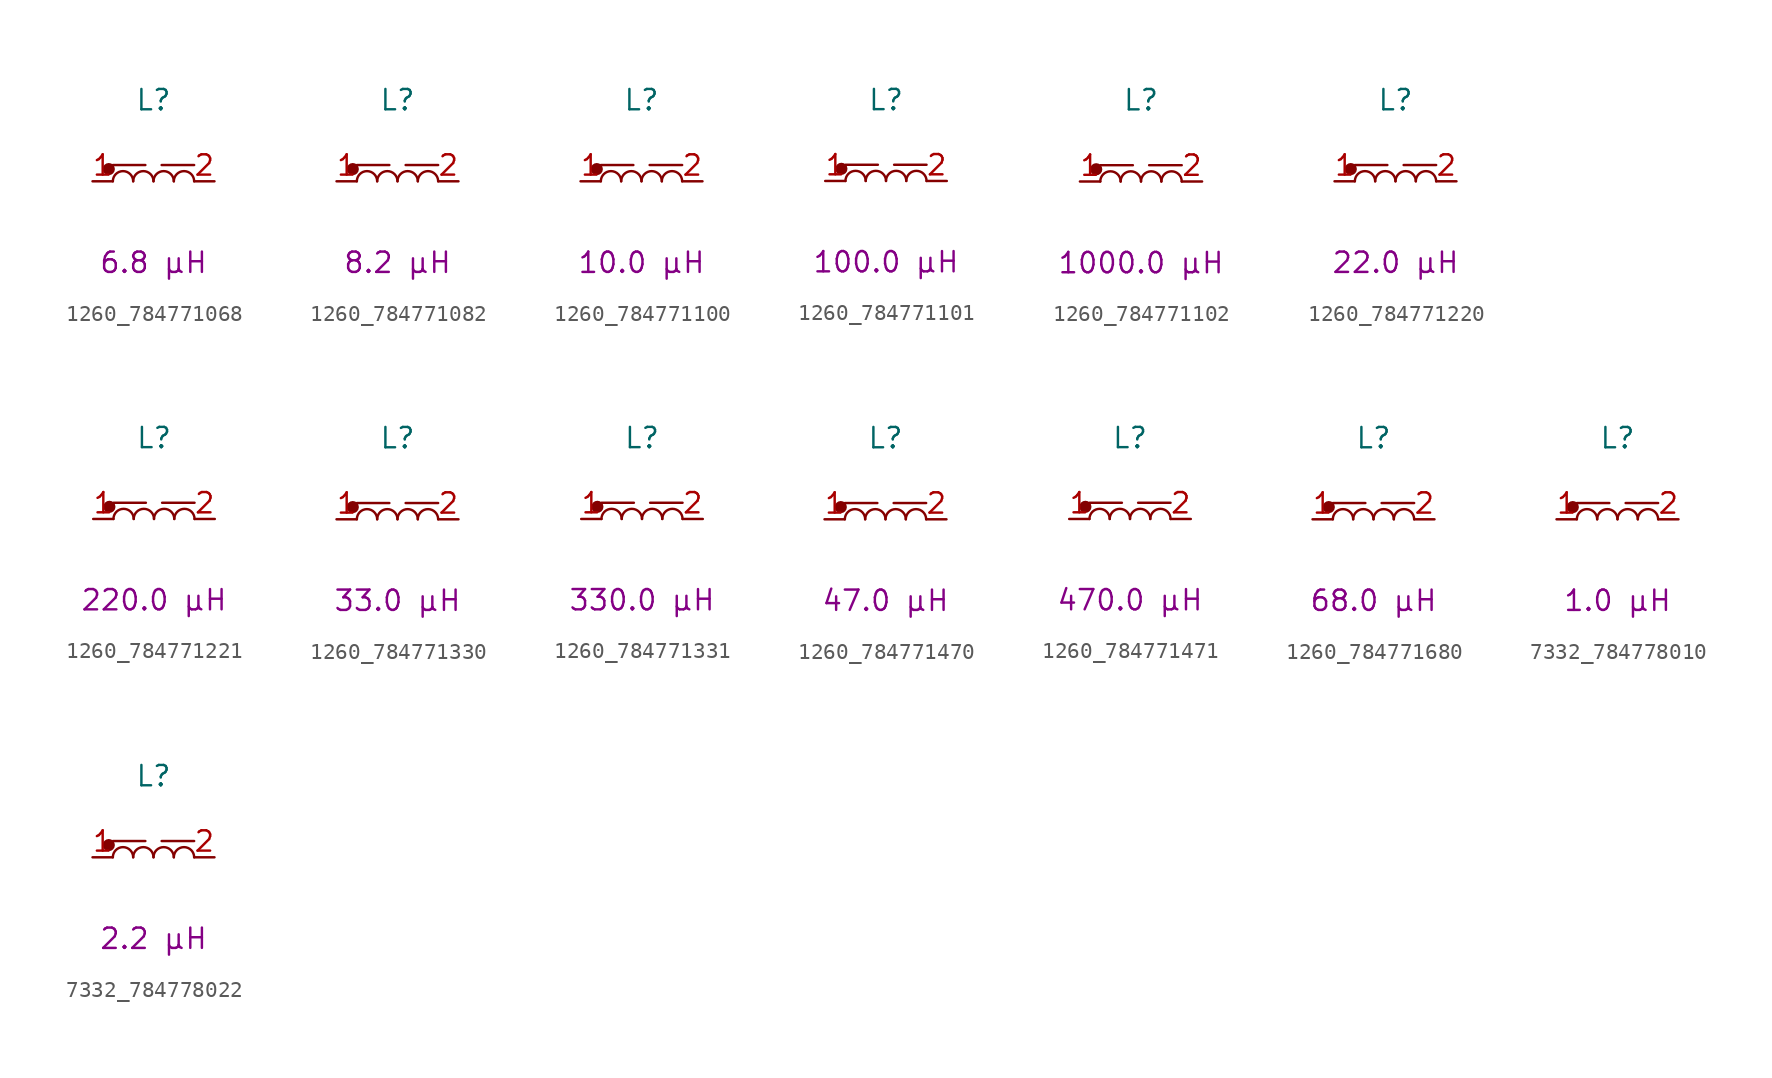
<source format=kicad_sym>
(kicad_symbol_lib
  (version 20220914)
  (generator kicad_symbol_editor)
  (symbol "1260_784771068"
    (pin_names hide)
    (property "Reference" "L"
      (at 0 5.08 0)
      (effects (font (size 1.27 1.27))))
    (property "Critical Parameter" "6.8 µH"
      (at 0 -5.08 0)
      (effects (font (size 1.27 1.27))))
    (symbol "1260_784771068_0_1"
      (arc (start -1.27 0) (mid -1.905 0.6323) (end -2.54 0) (stroke (width 0) (type default)) (fill (type none)))
      (arc (start 0 0) (mid -0.635 0.6323) (end -1.27 0) (stroke (width 0) (type default)) (fill (type none)))
      (polyline (pts (xy -2.54 1.016) (xy -0.508 1.016)) (stroke (width 0) (type default)) (fill (type none)))
      (arc (start 1.27 0) (mid 0.635 0.6323) (end 0 0) (stroke (width 0) (type default)) (fill (type none)))
      (arc (start 2.54 0) (mid 1.905 0.6323) (end 1.27 0) (stroke (width 0) (type default)) (fill (type none))))
    (symbol "1260_784771068_1_1"
      (circle (center -2.794 0.762) (radius 0.0001) (stroke (width 0.381) (type default)) (fill (type none)))
      (polyline (pts (xy 2.54 1.016) (xy 0.508 1.016)) (stroke (width 0) (type default)) (fill (type none)))
      (pin passive line (at -3.81 0 0) (length 1.27) (name "1" (effects (font (size 1.27 1.27)))) (number "1" (effects (font (size 1.27 1.27)))))
      (pin passive line (at 3.81 0 180) (length 1.27) (name "2" (effects (font (size 1.27 1.27)))) (number "2" (effects (font (size 1.27 1.27)))))))
  (symbol "1260_784771082"
    (pin_names hide)
    (property "Reference" "L"
      (at 0 5.08 0)
      (effects (font (size 1.27 1.27))))
    (property "Critical Parameter" "8.2 µH"
      (at 0 -5.08 0)
      (effects (font (size 1.27 1.27))))
    (symbol "1260_784771082_0_1"
      (arc (start -1.27 0) (mid -1.905 0.6323) (end -2.54 0) (stroke (width 0) (type default)) (fill (type none)))
      (arc (start 0 0) (mid -0.635 0.6323) (end -1.27 0) (stroke (width 0) (type default)) (fill (type none)))
      (polyline (pts (xy -2.54 1.016) (xy -0.508 1.016)) (stroke (width 0) (type default)) (fill (type none)))
      (arc (start 1.27 0) (mid 0.635 0.6323) (end 0 0) (stroke (width 0) (type default)) (fill (type none)))
      (arc (start 2.54 0) (mid 1.905 0.6323) (end 1.27 0) (stroke (width 0) (type default)) (fill (type none))))
    (symbol "1260_784771082_1_1"
      (circle (center -2.794 0.762) (radius 0.0001) (stroke (width 0.381) (type default)) (fill (type none)))
      (polyline (pts (xy 2.54 1.016) (xy 0.508 1.016)) (stroke (width 0) (type default)) (fill (type none)))
      (pin passive line (at -3.81 0 0) (length 1.27) (name "1" (effects (font (size 1.27 1.27)))) (number "1" (effects (font (size 1.27 1.27)))))
      (pin passive line (at 3.81 0 180) (length 1.27) (name "2" (effects (font (size 1.27 1.27)))) (number "2" (effects (font (size 1.27 1.27)))))))
  (symbol "1260_784771100"
    (pin_names hide)
    (property "Reference" "L"
      (at 0 5.08 0)
      (effects (font (size 1.27 1.27))))
    (property "Critical Parameter" "10.0 µH"
      (at 0 -5.08 0)
      (effects (font (size 1.27 1.27))))
    (symbol "1260_784771100_0_1"
      (arc (start -1.27 0) (mid -1.905 0.6323) (end -2.54 0) (stroke (width 0) (type default)) (fill (type none)))
      (arc (start 0 0) (mid -0.635 0.6323) (end -1.27 0) (stroke (width 0) (type default)) (fill (type none)))
      (polyline (pts (xy -2.54 1.016) (xy -0.508 1.016)) (stroke (width 0) (type default)) (fill (type none)))
      (arc (start 1.27 0) (mid 0.635 0.6323) (end 0 0) (stroke (width 0) (type default)) (fill (type none)))
      (arc (start 2.54 0) (mid 1.905 0.6323) (end 1.27 0) (stroke (width 0) (type default)) (fill (type none))))
    (symbol "1260_784771100_1_1"
      (circle (center -2.794 0.762) (radius 0.0001) (stroke (width 0.381) (type default)) (fill (type none)))
      (polyline (pts (xy 2.54 1.016) (xy 0.508 1.016)) (stroke (width 0) (type default)) (fill (type none)))
      (pin passive line (at -3.81 0 0) (length 1.27) (name "1" (effects (font (size 1.27 1.27)))) (number "1" (effects (font (size 1.27 1.27)))))
      (pin passive line (at 3.81 0 180) (length 1.27) (name "2" (effects (font (size 1.27 1.27)))) (number "2" (effects (font (size 1.27 1.27)))))))
  (symbol "1260_784771101"
    (pin_names hide)
    (property "Reference" "L"
      (at 0 5.08 0)
      (effects (font (size 1.27 1.27))))
    (property "Critical Parameter" "100.0 µH"
      (at 0 -5.08 0)
      (effects (font (size 1.27 1.27))))
    (symbol "1260_784771101_0_1"
      (arc (start -1.27 0) (mid -1.905 0.6323) (end -2.54 0) (stroke (width 0) (type default)) (fill (type none)))
      (arc (start 0 0) (mid -0.635 0.6323) (end -1.27 0) (stroke (width 0) (type default)) (fill (type none)))
      (polyline (pts (xy -2.54 1.016) (xy -0.508 1.016)) (stroke (width 0) (type default)) (fill (type none)))
      (arc (start 1.27 0) (mid 0.635 0.6323) (end 0 0) (stroke (width 0) (type default)) (fill (type none)))
      (arc (start 2.54 0) (mid 1.905 0.6323) (end 1.27 0) (stroke (width 0) (type default)) (fill (type none))))
    (symbol "1260_784771101_1_1"
      (circle (center -2.794 0.762) (radius 0.0001) (stroke (width 0.381) (type default)) (fill (type none)))
      (polyline (pts (xy 2.54 1.016) (xy 0.508 1.016)) (stroke (width 0) (type default)) (fill (type none)))
      (pin passive line (at -3.81 0 0) (length 1.27) (name "1" (effects (font (size 1.27 1.27)))) (number "1" (effects (font (size 1.27 1.27)))))
      (pin passive line (at 3.81 0 180) (length 1.27) (name "2" (effects (font (size 1.27 1.27)))) (number "2" (effects (font (size 1.27 1.27)))))))
  (symbol "1260_784771102"
    (pin_names hide)
    (property "Reference" "L"
      (at 0 5.08 0)
      (effects (font (size 1.27 1.27))))
    (property "Critical Parameter" "1000.0 µH"
      (at 0 -5.08 0)
      (effects (font (size 1.27 1.27))))
    (symbol "1260_784771102_0_1"
      (arc (start -1.27 0) (mid -1.905 0.6323) (end -2.54 0) (stroke (width 0) (type default)) (fill (type none)))
      (arc (start 0 0) (mid -0.635 0.6323) (end -1.27 0) (stroke (width 0) (type default)) (fill (type none)))
      (polyline (pts (xy -2.54 1.016) (xy -0.508 1.016)) (stroke (width 0) (type default)) (fill (type none)))
      (arc (start 1.27 0) (mid 0.635 0.6323) (end 0 0) (stroke (width 0) (type default)) (fill (type none)))
      (arc (start 2.54 0) (mid 1.905 0.6323) (end 1.27 0) (stroke (width 0) (type default)) (fill (type none))))
    (symbol "1260_784771102_1_1"
      (circle (center -2.794 0.762) (radius 0.0001) (stroke (width 0.381) (type default)) (fill (type none)))
      (polyline (pts (xy 2.54 1.016) (xy 0.508 1.016)) (stroke (width 0) (type default)) (fill (type none)))
      (pin passive line (at -3.81 0 0) (length 1.27) (name "1" (effects (font (size 1.27 1.27)))) (number "1" (effects (font (size 1.27 1.27)))))
      (pin passive line (at 3.81 0 180) (length 1.27) (name "2" (effects (font (size 1.27 1.27)))) (number "2" (effects (font (size 1.27 1.27)))))))
  (symbol "1260_784771220"
    (pin_names hide)
    (property "Reference" "L"
      (at 0 5.08 0)
      (effects (font (size 1.27 1.27))))
    (property "Critical Parameter" "22.0 µH"
      (at 0 -5.08 0)
      (effects (font (size 1.27 1.27))))
    (symbol "1260_784771220_0_1"
      (arc (start -1.27 0) (mid -1.905 0.6323) (end -2.54 0) (stroke (width 0) (type default)) (fill (type none)))
      (arc (start 0 0) (mid -0.635 0.6323) (end -1.27 0) (stroke (width 0) (type default)) (fill (type none)))
      (polyline (pts (xy -2.54 1.016) (xy -0.508 1.016)) (stroke (width 0) (type default)) (fill (type none)))
      (arc (start 1.27 0) (mid 0.635 0.6323) (end 0 0) (stroke (width 0) (type default)) (fill (type none)))
      (arc (start 2.54 0) (mid 1.905 0.6323) (end 1.27 0) (stroke (width 0) (type default)) (fill (type none))))
    (symbol "1260_784771220_1_1"
      (circle (center -2.794 0.762) (radius 0.0001) (stroke (width 0.381) (type default)) (fill (type none)))
      (polyline (pts (xy 2.54 1.016) (xy 0.508 1.016)) (stroke (width 0) (type default)) (fill (type none)))
      (pin passive line (at -3.81 0 0) (length 1.27) (name "1" (effects (font (size 1.27 1.27)))) (number "1" (effects (font (size 1.27 1.27)))))
      (pin passive line (at 3.81 0 180) (length 1.27) (name "2" (effects (font (size 1.27 1.27)))) (number "2" (effects (font (size 1.27 1.27)))))))
  (symbol "1260_784771221"
    (pin_names hide)
    (property "Reference" "L"
      (at 0 5.08 0)
      (effects (font (size 1.27 1.27))))
    (property "Critical Parameter" "220.0 µH"
      (at 0 -5.08 0)
      (effects (font (size 1.27 1.27))))
    (symbol "1260_784771221_0_1"
      (arc (start -1.27 0) (mid -1.905 0.6323) (end -2.54 0) (stroke (width 0) (type default)) (fill (type none)))
      (arc (start 0 0) (mid -0.635 0.6323) (end -1.27 0) (stroke (width 0) (type default)) (fill (type none)))
      (polyline (pts (xy -2.54 1.016) (xy -0.508 1.016)) (stroke (width 0) (type default)) (fill (type none)))
      (arc (start 1.27 0) (mid 0.635 0.6323) (end 0 0) (stroke (width 0) (type default)) (fill (type none)))
      (arc (start 2.54 0) (mid 1.905 0.6323) (end 1.27 0) (stroke (width 0) (type default)) (fill (type none))))
    (symbol "1260_784771221_1_1"
      (circle (center -2.794 0.762) (radius 0.0001) (stroke (width 0.381) (type default)) (fill (type none)))
      (polyline (pts (xy 2.54 1.016) (xy 0.508 1.016)) (stroke (width 0) (type default)) (fill (type none)))
      (pin passive line (at -3.81 0 0) (length 1.27) (name "1" (effects (font (size 1.27 1.27)))) (number "1" (effects (font (size 1.27 1.27)))))
      (pin passive line (at 3.81 0 180) (length 1.27) (name "2" (effects (font (size 1.27 1.27)))) (number "2" (effects (font (size 1.27 1.27)))))))
  (symbol "1260_784771330"
    (pin_names hide)
    (property "Reference" "L"
      (at 0 5.08 0)
      (effects (font (size 1.27 1.27))))
    (property "Critical Parameter" "33.0 µH"
      (at 0 -5.08 0)
      (effects (font (size 1.27 1.27))))
    (symbol "1260_784771330_0_1"
      (arc (start -1.27 0) (mid -1.905 0.6323) (end -2.54 0) (stroke (width 0) (type default)) (fill (type none)))
      (arc (start 0 0) (mid -0.635 0.6323) (end -1.27 0) (stroke (width 0) (type default)) (fill (type none)))
      (polyline (pts (xy -2.54 1.016) (xy -0.508 1.016)) (stroke (width 0) (type default)) (fill (type none)))
      (arc (start 1.27 0) (mid 0.635 0.6323) (end 0 0) (stroke (width 0) (type default)) (fill (type none)))
      (arc (start 2.54 0) (mid 1.905 0.6323) (end 1.27 0) (stroke (width 0) (type default)) (fill (type none))))
    (symbol "1260_784771330_1_1"
      (circle (center -2.794 0.762) (radius 0.0001) (stroke (width 0.381) (type default)) (fill (type none)))
      (polyline (pts (xy 2.54 1.016) (xy 0.508 1.016)) (stroke (width 0) (type default)) (fill (type none)))
      (pin passive line (at -3.81 0 0) (length 1.27) (name "1" (effects (font (size 1.27 1.27)))) (number "1" (effects (font (size 1.27 1.27)))))
      (pin passive line (at 3.81 0 180) (length 1.27) (name "2" (effects (font (size 1.27 1.27)))) (number "2" (effects (font (size 1.27 1.27)))))))
  (symbol "1260_784771331"
    (pin_names hide)
    (property "Reference" "L"
      (at 0 5.08 0)
      (effects (font (size 1.27 1.27))))
    (property "Critical Parameter" "330.0 µH"
      (at 0 -5.08 0)
      (effects (font (size 1.27 1.27))))
    (symbol "1260_784771331_0_1"
      (arc (start -1.27 0) (mid -1.905 0.6323) (end -2.54 0) (stroke (width 0) (type default)) (fill (type none)))
      (arc (start 0 0) (mid -0.635 0.6323) (end -1.27 0) (stroke (width 0) (type default)) (fill (type none)))
      (polyline (pts (xy -2.54 1.016) (xy -0.508 1.016)) (stroke (width 0) (type default)) (fill (type none)))
      (arc (start 1.27 0) (mid 0.635 0.6323) (end 0 0) (stroke (width 0) (type default)) (fill (type none)))
      (arc (start 2.54 0) (mid 1.905 0.6323) (end 1.27 0) (stroke (width 0) (type default)) (fill (type none))))
    (symbol "1260_784771331_1_1"
      (circle (center -2.794 0.762) (radius 0.0001) (stroke (width 0.381) (type default)) (fill (type none)))
      (polyline (pts (xy 2.54 1.016) (xy 0.508 1.016)) (stroke (width 0) (type default)) (fill (type none)))
      (pin passive line (at -3.81 0 0) (length 1.27) (name "1" (effects (font (size 1.27 1.27)))) (number "1" (effects (font (size 1.27 1.27)))))
      (pin passive line (at 3.81 0 180) (length 1.27) (name "2" (effects (font (size 1.27 1.27)))) (number "2" (effects (font (size 1.27 1.27)))))))
  (symbol "1260_784771470"
    (pin_names hide)
    (property "Reference" "L"
      (at 0 5.08 0)
      (effects (font (size 1.27 1.27))))
    (property "Critical Parameter" "47.0 µH"
      (at 0 -5.08 0)
      (effects (font (size 1.27 1.27))))
    (symbol "1260_784771470_0_1"
      (arc (start -1.27 0) (mid -1.905 0.6323) (end -2.54 0) (stroke (width 0) (type default)) (fill (type none)))
      (arc (start 0 0) (mid -0.635 0.6323) (end -1.27 0) (stroke (width 0) (type default)) (fill (type none)))
      (polyline (pts (xy -2.54 1.016) (xy -0.508 1.016)) (stroke (width 0) (type default)) (fill (type none)))
      (arc (start 1.27 0) (mid 0.635 0.6323) (end 0 0) (stroke (width 0) (type default)) (fill (type none)))
      (arc (start 2.54 0) (mid 1.905 0.6323) (end 1.27 0) (stroke (width 0) (type default)) (fill (type none))))
    (symbol "1260_784771470_1_1"
      (circle (center -2.794 0.762) (radius 0.0001) (stroke (width 0.381) (type default)) (fill (type none)))
      (polyline (pts (xy 2.54 1.016) (xy 0.508 1.016)) (stroke (width 0) (type default)) (fill (type none)))
      (pin passive line (at -3.81 0 0) (length 1.27) (name "1" (effects (font (size 1.27 1.27)))) (number "1" (effects (font (size 1.27 1.27)))))
      (pin passive line (at 3.81 0 180) (length 1.27) (name "2" (effects (font (size 1.27 1.27)))) (number "2" (effects (font (size 1.27 1.27)))))))
  (symbol "1260_784771471"
    (pin_names hide)
    (property "Reference" "L"
      (at 0 5.08 0)
      (effects (font (size 1.27 1.27))))
    (property "Critical Parameter" "470.0 µH"
      (at 0 -5.08 0)
      (effects (font (size 1.27 1.27))))
    (symbol "1260_784771471_0_1"
      (arc (start -1.27 0) (mid -1.905 0.6323) (end -2.54 0) (stroke (width 0) (type default)) (fill (type none)))
      (arc (start 0 0) (mid -0.635 0.6323) (end -1.27 0) (stroke (width 0) (type default)) (fill (type none)))
      (polyline (pts (xy -2.54 1.016) (xy -0.508 1.016)) (stroke (width 0) (type default)) (fill (type none)))
      (arc (start 1.27 0) (mid 0.635 0.6323) (end 0 0) (stroke (width 0) (type default)) (fill (type none)))
      (arc (start 2.54 0) (mid 1.905 0.6323) (end 1.27 0) (stroke (width 0) (type default)) (fill (type none))))
    (symbol "1260_784771471_1_1"
      (circle (center -2.794 0.762) (radius 0.0001) (stroke (width 0.381) (type default)) (fill (type none)))
      (polyline (pts (xy 2.54 1.016) (xy 0.508 1.016)) (stroke (width 0) (type default)) (fill (type none)))
      (pin passive line (at -3.81 0 0) (length 1.27) (name "1" (effects (font (size 1.27 1.27)))) (number "1" (effects (font (size 1.27 1.27)))))
      (pin passive line (at 3.81 0 180) (length 1.27) (name "2" (effects (font (size 1.27 1.27)))) (number "2" (effects (font (size 1.27 1.27)))))))
  (symbol "1260_784771680"
    (pin_names hide)
    (property "Reference" "L"
      (at 0 5.08 0)
      (effects (font (size 1.27 1.27))))
    (property "Critical Parameter" "68.0 µH"
      (at 0 -5.08 0)
      (effects (font (size 1.27 1.27))))
    (symbol "1260_784771680_0_1"
      (arc (start -1.27 0) (mid -1.905 0.6323) (end -2.54 0) (stroke (width 0) (type default)) (fill (type none)))
      (arc (start 0 0) (mid -0.635 0.6323) (end -1.27 0) (stroke (width 0) (type default)) (fill (type none)))
      (polyline (pts (xy -2.54 1.016) (xy -0.508 1.016)) (stroke (width 0) (type default)) (fill (type none)))
      (arc (start 1.27 0) (mid 0.635 0.6323) (end 0 0) (stroke (width 0) (type default)) (fill (type none)))
      (arc (start 2.54 0) (mid 1.905 0.6323) (end 1.27 0) (stroke (width 0) (type default)) (fill (type none))))
    (symbol "1260_784771680_1_1"
      (circle (center -2.794 0.762) (radius 0.0001) (stroke (width 0.381) (type default)) (fill (type none)))
      (polyline (pts (xy 2.54 1.016) (xy 0.508 1.016)) (stroke (width 0) (type default)) (fill (type none)))
      (pin passive line (at -3.81 0 0) (length 1.27) (name "1" (effects (font (size 1.27 1.27)))) (number "1" (effects (font (size 1.27 1.27)))))
      (pin passive line (at 3.81 0 180) (length 1.27) (name "2" (effects (font (size 1.27 1.27)))) (number "2" (effects (font (size 1.27 1.27)))))))
  (symbol "7332_784778010"
    (pin_names hide)
    (property "Reference" "L"
      (at 0 5.08 0)
      (effects (font (size 1.27 1.27))))
    (property "Critical Parameter" "1.0 µH"
      (at 0 -5.08 0)
      (effects (font (size 1.27 1.27))))
    (symbol "7332_784778010_0_1"
      (arc (start -1.27 0) (mid -1.905 0.6323) (end -2.54 0) (stroke (width 0) (type default)) (fill (type none)))
      (arc (start 0 0) (mid -0.635 0.6323) (end -1.27 0) (stroke (width 0) (type default)) (fill (type none)))
      (polyline (pts (xy -2.54 1.016) (xy -0.508 1.016)) (stroke (width 0) (type default)) (fill (type none)))
      (arc (start 1.27 0) (mid 0.635 0.6323) (end 0 0) (stroke (width 0) (type default)) (fill (type none)))
      (arc (start 2.54 0) (mid 1.905 0.6323) (end 1.27 0) (stroke (width 0) (type default)) (fill (type none))))
    (symbol "7332_784778010_1_1"
      (circle (center -2.794 0.762) (radius 0.0001) (stroke (width 0.381) (type default)) (fill (type none)))
      (polyline (pts (xy 2.54 1.016) (xy 0.508 1.016)) (stroke (width 0) (type default)) (fill (type none)))
      (pin passive line (at -3.81 0 0) (length 1.27) (name "1" (effects (font (size 1.27 1.27)))) (number "1" (effects (font (size 1.27 1.27)))))
      (pin passive line (at 3.81 0 180) (length 1.27) (name "2" (effects (font (size 1.27 1.27)))) (number "2" (effects (font (size 1.27 1.27)))))))
  (symbol "7332_784778022"
    (pin_names hide)
    (property "Reference" "L"
      (at 0 5.08 0)
      (effects (font (size 1.27 1.27))))
    (property "Critical Parameter" "2.2 µH"
      (at 0 -5.08 0)
      (effects (font (size 1.27 1.27))))
    (symbol "7332_784778022_0_1"
      (arc (start -1.27 0) (mid -1.905 0.6323) (end -2.54 0) (stroke (width 0) (type default)) (fill (type none)))
      (arc (start 0 0) (mid -0.635 0.6323) (end -1.27 0) (stroke (width 0) (type default)) (fill (type none)))
      (polyline (pts (xy -2.54 1.016) (xy -0.508 1.016)) (stroke (width 0) (type default)) (fill (type none)))
      (arc (start 1.27 0) (mid 0.635 0.6323) (end 0 0) (stroke (width 0) (type default)) (fill (type none)))
      (arc (start 2.54 0) (mid 1.905 0.6323) (end 1.27 0) (stroke (width 0) (type default)) (fill (type none))))
    (symbol "7332_784778022_1_1"
      (circle (center -2.794 0.762) (radius 0.0001) (stroke (width 0.381) (type default)) (fill (type none)))
      (polyline (pts (xy 2.54 1.016) (xy 0.508 1.016)) (stroke (width 0) (type default)) (fill (type none)))
      (pin passive line (at -3.81 0 0) (length 1.27) (name "1" (effects (font (size 1.27 1.27)))) (number "1" (effects (font (size 1.27 1.27)))))
      (pin passive line (at 3.81 0 180) (length 1.27) (name "2" (effects (font (size 1.27 1.27)))) (number "2" (effects (font (size 1.27 1.27))))))))
</source>
